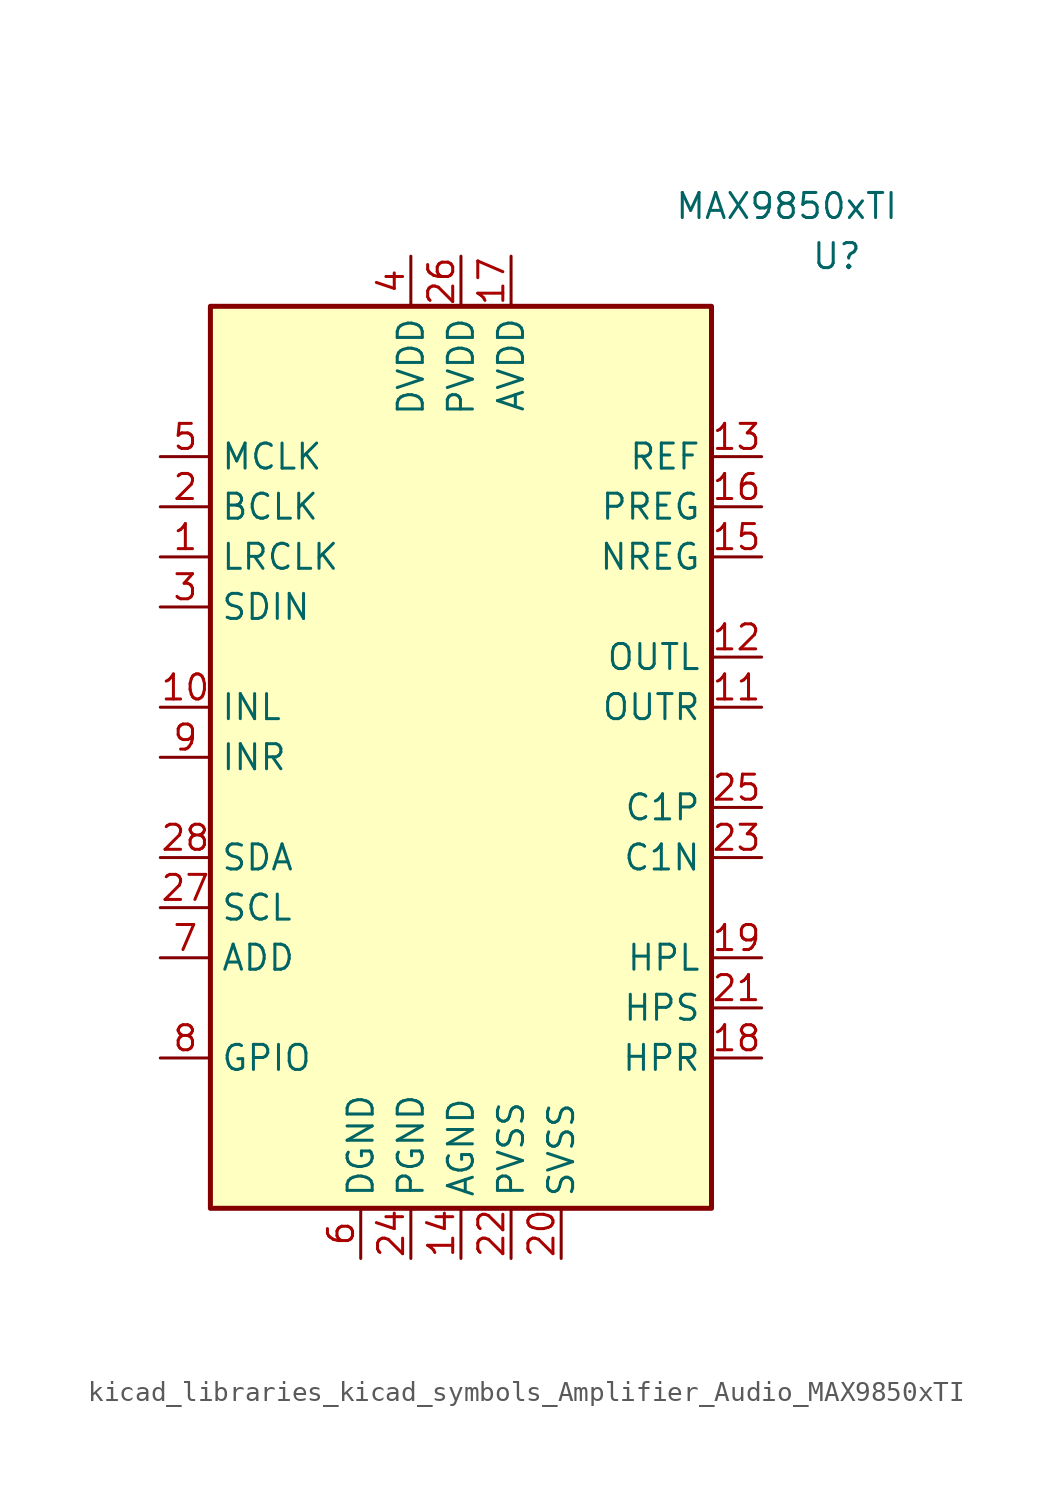
<source format=kicad_sym>
(kicad_symbol_lib
  (version 20220914)
  (generator kicad_symbol_editor)
  (symbol "kicad_libraries_kicad_symbols_Amplifier_Audio_MAX9850xTI"
    (property "Reference" "U"
      (at 19.05 25.4 0)
      (effects (font (size 1.27 1.27))))
    (property "Value" "MAX9850xTI"
      (at 16.51 27.94 0)
      (effects (font (size 1.27 1.27))))
    (symbol "kicad_libraries_kicad_symbols_Amplifier_Audio_MAX9850xTI_0_1"
      (rectangle (start -12.7 22.86) (end 12.7 -22.86) (stroke (width 0.254) (type default)) (fill (type background))))
    (symbol "kicad_libraries_kicad_symbols_Amplifier_Audio_MAX9850xTI_1_1"
      (pin bidirectional line (at -15.24 10.16 0) (length 2.54) (name "LRCLK" (effects (font (size 1.27 1.27)))) (number "1" (effects (font (size 1.27 1.27)))))
      (pin input line (at -15.24 2.54 0) (length 2.54) (name "INL" (effects (font (size 1.27 1.27)))) (number "10" (effects (font (size 1.27 1.27)))))
      (pin output line (at 15.24 2.54 180) (length 2.54) (name "OUTR" (effects (font (size 1.27 1.27)))) (number "11" (effects (font (size 1.27 1.27)))))
      (pin output line (at 15.24 5.08 180) (length 2.54) (name "OUTL" (effects (font (size 1.27 1.27)))) (number "12" (effects (font (size 1.27 1.27)))))
      (pin power_out line (at 15.24 15.24 180) (length 2.54) (name "REF" (effects (font (size 1.27 1.27)))) (number "13" (effects (font (size 1.27 1.27)))))
      (pin power_in line (at 0 -25.4 90) (length 2.54) (name "AGND" (effects (font (size 1.27 1.27)))) (number "14" (effects (font (size 1.27 1.27)))))
      (pin power_out line (at 15.24 10.16 180) (length 2.54) (name "NREG" (effects (font (size 1.27 1.27)))) (number "15" (effects (font (size 1.27 1.27)))))
      (pin power_out line (at 15.24 12.7 180) (length 2.54) (name "PREG" (effects (font (size 1.27 1.27)))) (number "16" (effects (font (size 1.27 1.27)))))
      (pin power_in line (at 2.54 25.4 270) (length 2.54) (name "AVDD" (effects (font (size 1.27 1.27)))) (number "17" (effects (font (size 1.27 1.27)))))
      (pin output line (at 15.24 -15.24 180) (length 2.54) (name "HPR" (effects (font (size 1.27 1.27)))) (number "18" (effects (font (size 1.27 1.27)))))
      (pin output line (at 15.24 -10.16 180) (length 2.54) (name "HPL" (effects (font (size 1.27 1.27)))) (number "19" (effects (font (size 1.27 1.27)))))
      (pin bidirectional line (at -15.24 12.7 0) (length 2.54) (name "BCLK" (effects (font (size 1.27 1.27)))) (number "2" (effects (font (size 1.27 1.27)))))
      (pin power_in line (at 5.08 -25.4 90) (length 2.54) (name "SVSS" (effects (font (size 1.27 1.27)))) (number "20" (effects (font (size 1.27 1.27)))))
      (pin input line (at 15.24 -12.7 180) (length 2.54) (name "HPS" (effects (font (size 1.27 1.27)))) (number "21" (effects (font (size 1.27 1.27)))))
      (pin power_in line (at 2.54 -25.4 90) (length 2.54) (name "PVSS" (effects (font (size 1.27 1.27)))) (number "22" (effects (font (size 1.27 1.27)))))
      (pin passive line (at 15.24 -5.08 180) (length 2.54) (name "C1N" (effects (font (size 1.27 1.27)))) (number "23" (effects (font (size 1.27 1.27)))))
      (pin power_in line (at -2.54 -25.4 90) (length 2.54) (name "PGND" (effects (font (size 1.27 1.27)))) (number "24" (effects (font (size 1.27 1.27)))))
      (pin passive line (at 15.24 -2.54 180) (length 2.54) (name "C1P" (effects (font (size 1.27 1.27)))) (number "25" (effects (font (size 1.27 1.27)))))
      (pin power_in line (at 0 25.4 270) (length 2.54) (name "PVDD" (effects (font (size 1.27 1.27)))) (number "26" (effects (font (size 1.27 1.27)))))
      (pin bidirectional line (at -15.24 -7.62 0) (length 2.54) (name "SCL" (effects (font (size 1.27 1.27)))) (number "27" (effects (font (size 1.27 1.27)))))
      (pin bidirectional line (at -15.24 -5.08 0) (length 2.54) (name "SDA" (effects (font (size 1.27 1.27)))) (number "28" (effects (font (size 1.27 1.27)))))
      (pin passive line (at 0 -25.4 90) (length 2.54) hide (name "AGND" (effects (font (size 1.27 1.27)))) (number "29" (effects (font (size 1.27 1.27)))))
      (pin input line (at -15.24 7.62 0) (length 2.54) (name "SDIN" (effects (font (size 1.27 1.27)))) (number "3" (effects (font (size 1.27 1.27)))))
      (pin power_in line (at -2.54 25.4 270) (length 2.54) (name "DVDD" (effects (font (size 1.27 1.27)))) (number "4" (effects (font (size 1.27 1.27)))))
      (pin input line (at -15.24 15.24 0) (length 2.54) (name "MCLK" (effects (font (size 1.27 1.27)))) (number "5" (effects (font (size 1.27 1.27)))))
      (pin power_in line (at -5.08 -25.4 90) (length 2.54) (name "DGND" (effects (font (size 1.27 1.27)))) (number "6" (effects (font (size 1.27 1.27)))))
      (pin input line (at -15.24 -10.16 0) (length 2.54) (name "ADD" (effects (font (size 1.27 1.27)))) (number "7" (effects (font (size 1.27 1.27)))))
      (pin bidirectional line (at -15.24 -15.24 0) (length 2.54) (name "GPIO" (effects (font (size 1.27 1.27)))) (number "8" (effects (font (size 1.27 1.27)))))
      (pin input line (at -15.24 0 0) (length 2.54) (name "INR" (effects (font (size 1.27 1.27)))) (number "9" (effects (font (size 1.27 1.27))))))))
</source>
